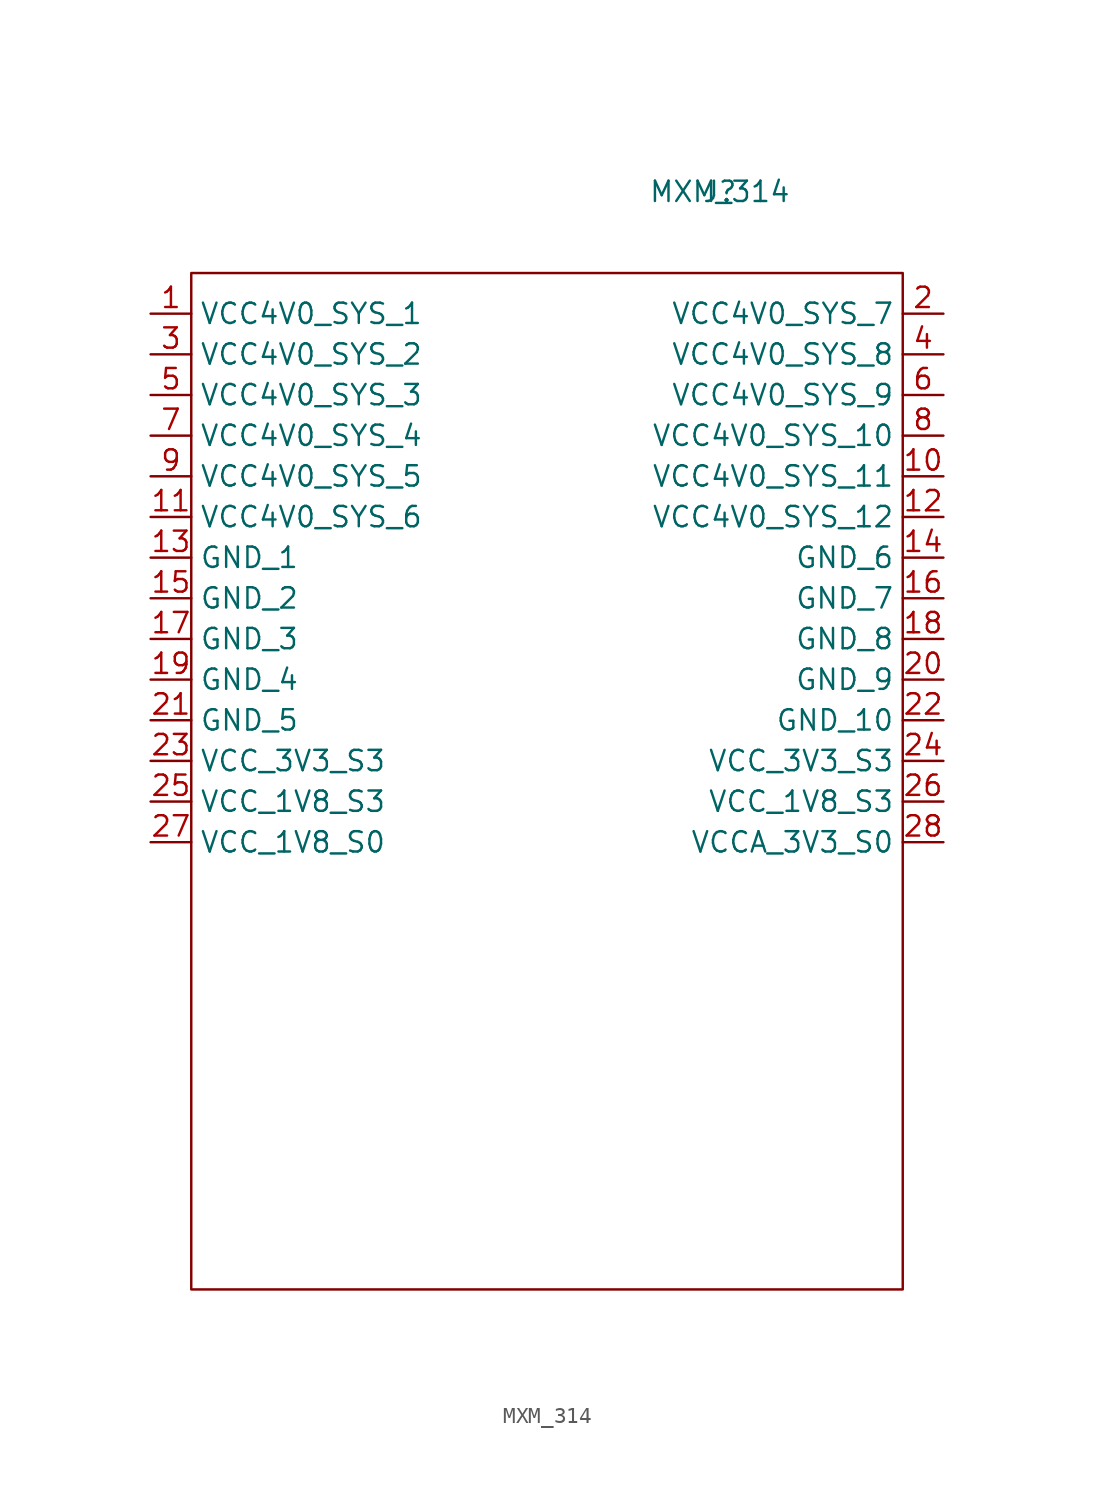
<source format=kicad_sym>
(kicad_symbol_lib
  (version 20211014)
  (generator kicad_symbol_editor)
  (symbol "MXM_314"
    (property "Reference" "J"
      (at 12.7 8.89 0)
      (effects (font (size 1.27 1.27))))
    (property "Value" "MXM_314"
      (at 12.7 8.89 0)
      (effects (font (size 1.27 1.27))))
    (symbol "MXM_314_0_1"
      (rectangle (start -20.32 3.81) (end 24.13 -59.69) (stroke (width 0) (type default) (color 0 0 0 0)) (fill (type none))))
    (symbol "MXM_314_1_1"
      (pin power_in line (at -22.86 1.27 0) (length 2.54) (name "VCC4V0_SYS_1" (effects (font (size 1.27 1.27)))) (number "1" (effects (font (size 1.27 1.27)))))
      (pin power_in line (at 26.67 -8.89 180) (length 2.54) (name "VCC4V0_SYS_11" (effects (font (size 1.27 1.27)))) (number "10" (effects (font (size 1.27 1.27)))))
      (pin power_in line (at -22.86 -11.43 0) (length 2.54) (name "VCC4V0_SYS_6" (effects (font (size 1.27 1.27)))) (number "11" (effects (font (size 1.27 1.27)))))
      (pin power_in line (at 26.67 -11.43 180) (length 2.54) (name "VCC4V0_SYS_12" (effects (font (size 1.27 1.27)))) (number "12" (effects (font (size 1.27 1.27)))))
      (pin power_in line (at -22.86 -13.97 0) (length 2.54) (name "GND_1" (effects (font (size 1.27 1.27)))) (number "13" (effects (font (size 1.27 1.27)))))
      (pin power_in line (at 26.67 -13.97 180) (length 2.54) (name "GND_6" (effects (font (size 1.27 1.27)))) (number "14" (effects (font (size 1.27 1.27)))))
      (pin power_in line (at -22.86 -16.51 0) (length 2.54) (name "GND_2" (effects (font (size 1.27 1.27)))) (number "15" (effects (font (size 1.27 1.27)))))
      (pin power_in line (at 26.67 -16.51 180) (length 2.54) (name "GND_7" (effects (font (size 1.27 1.27)))) (number "16" (effects (font (size 1.27 1.27)))))
      (pin power_in line (at -22.86 -19.05 0) (length 2.54) (name "GND_3" (effects (font (size 1.27 1.27)))) (number "17" (effects (font (size 1.27 1.27)))))
      (pin power_in line (at 26.67 -19.05 180) (length 2.54) (name "GND_8" (effects (font (size 1.27 1.27)))) (number "18" (effects (font (size 1.27 1.27)))))
      (pin power_in line (at -22.86 -21.59 0) (length 2.54) (name "GND_4" (effects (font (size 1.27 1.27)))) (number "19" (effects (font (size 1.27 1.27)))))
      (pin power_in line (at 26.67 1.27 180) (length 2.54) (name "VCC4V0_SYS_7" (effects (font (size 1.27 1.27)))) (number "2" (effects (font (size 1.27 1.27)))))
      (pin power_in line (at 26.67 -21.59 180) (length 2.54) (name "GND_9" (effects (font (size 1.27 1.27)))) (number "20" (effects (font (size 1.27 1.27)))))
      (pin power_in line (at -22.86 -24.13 0) (length 2.54) (name "GND_5" (effects (font (size 1.27 1.27)))) (number "21" (effects (font (size 1.27 1.27)))))
      (pin power_in line (at 26.67 -24.13 180) (length 2.54) (name "GND_10" (effects (font (size 1.27 1.27)))) (number "22" (effects (font (size 1.27 1.27)))))
      (pin power_out line (at -22.86 -26.67 0) (length 2.54) (name "VCC_3V3_S3" (effects (font (size 1.27 1.27)))) (number "23" (effects (font (size 1.27 1.27)))))
      (pin power_out line (at 26.67 -26.67 180) (length 2.54) (name "VCC_3V3_S3" (effects (font (size 1.27 1.27)))) (number "24" (effects (font (size 1.27 1.27)))))
      (pin power_out line (at -22.86 -29.21 0) (length 2.54) (name "VCC_1V8_S3" (effects (font (size 1.27 1.27)))) (number "25" (effects (font (size 1.27 1.27)))))
      (pin power_out line (at 26.67 -29.21 180) (length 2.54) (name "VCC_1V8_S3" (effects (font (size 1.27 1.27)))) (number "26" (effects (font (size 1.27 1.27)))))
      (pin power_out line (at -22.86 -31.75 0) (length 2.54) (name "VCC_1V8_S0" (effects (font (size 1.27 1.27)))) (number "27" (effects (font (size 1.27 1.27)))))
      (pin power_out line (at 26.67 -31.75 180) (length 2.54) (name "VCCA_3V3_S0" (effects (font (size 1.27 1.27)))) (number "28" (effects (font (size 1.27 1.27)))))
      (pin power_in line (at -22.86 -1.27 0) (length 2.54) (name "VCC4V0_SYS_2" (effects (font (size 1.27 1.27)))) (number "3" (effects (font (size 1.27 1.27)))))
      (pin power_in line (at 26.67 -1.27 180) (length 2.54) (name "VCC4V0_SYS_8" (effects (font (size 1.27 1.27)))) (number "4" (effects (font (size 1.27 1.27)))))
      (pin power_in line (at -22.86 -3.81 0) (length 2.54) (name "VCC4V0_SYS_3" (effects (font (size 1.27 1.27)))) (number "5" (effects (font (size 1.27 1.27)))))
      (pin power_in line (at 26.67 -3.81 180) (length 2.54) (name "VCC4V0_SYS_9" (effects (font (size 1.27 1.27)))) (number "6" (effects (font (size 1.27 1.27)))))
      (pin power_in line (at -22.86 -6.35 0) (length 2.54) (name "VCC4V0_SYS_4" (effects (font (size 1.27 1.27)))) (number "7" (effects (font (size 1.27 1.27)))))
      (pin power_in line (at 26.67 -6.35 180) (length 2.54) (name "VCC4V0_SYS_10" (effects (font (size 1.27 1.27)))) (number "8" (effects (font (size 1.27 1.27)))))
      (pin power_in line (at -22.86 -8.89 0) (length 2.54) (name "VCC4V0_SYS_5" (effects (font (size 1.27 1.27)))) (number "9" (effects (font (size 1.27 1.27))))))))
</source>
